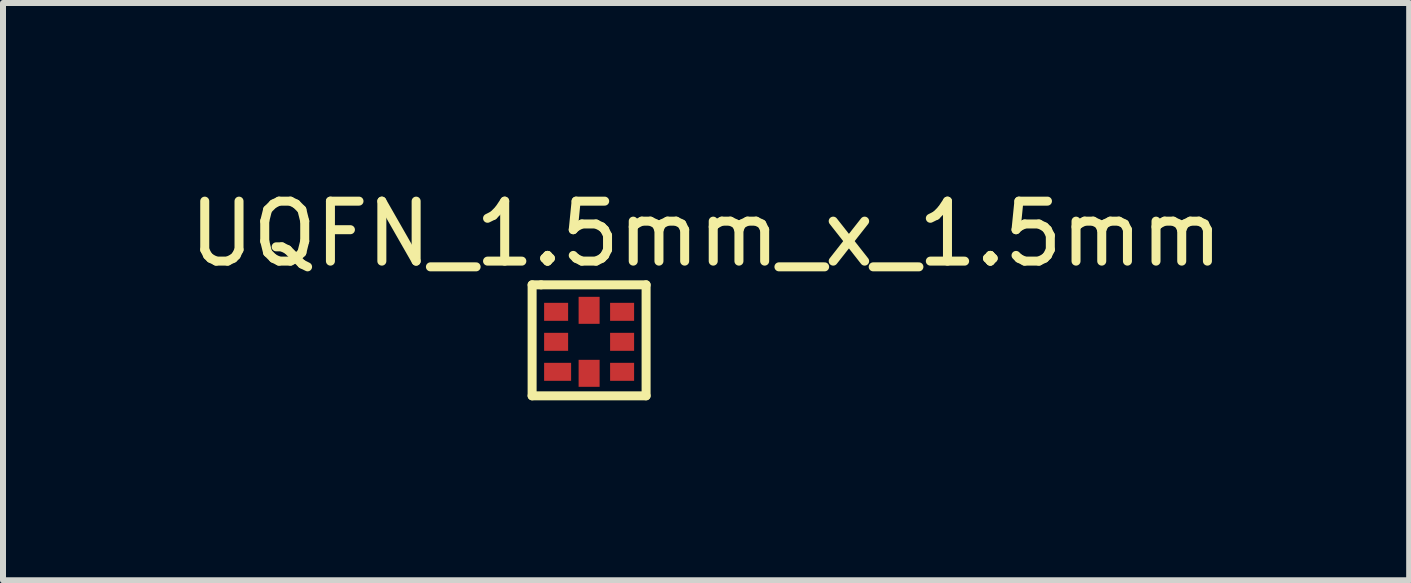
<source format=kicad_pcb>
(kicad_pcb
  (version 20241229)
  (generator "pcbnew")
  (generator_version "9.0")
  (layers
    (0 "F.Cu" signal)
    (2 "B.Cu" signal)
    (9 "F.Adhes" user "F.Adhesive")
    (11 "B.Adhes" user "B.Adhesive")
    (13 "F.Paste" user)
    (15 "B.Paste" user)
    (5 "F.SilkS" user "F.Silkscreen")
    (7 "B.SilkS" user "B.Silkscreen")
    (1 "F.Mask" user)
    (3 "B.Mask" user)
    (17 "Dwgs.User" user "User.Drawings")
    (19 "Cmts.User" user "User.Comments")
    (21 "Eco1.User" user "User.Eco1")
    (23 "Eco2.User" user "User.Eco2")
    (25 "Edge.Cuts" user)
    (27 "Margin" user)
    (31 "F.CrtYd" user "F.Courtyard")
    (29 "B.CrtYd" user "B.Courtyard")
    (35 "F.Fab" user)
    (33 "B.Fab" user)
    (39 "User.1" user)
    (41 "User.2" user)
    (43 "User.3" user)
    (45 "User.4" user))
  (footprint "UQFN_1.5mm_x_1.5mm"
    (layer "F.Cu")
    (at 6.77 2.648)
    (property "Reference" "UQFN_1.5mm_x_1.5mm" (at 1.95 -1.8 0) (layer "F.SilkS") (effects (font (size 1 1) (thickness 0.15))))
    (attr through_hole)
    (fp_line (start -0.95 -0.95) (end -0.8 -0.95) (stroke (width 0.15) (type solid)) (layer "F.SilkS"))
    (fp_line (start -0.95 0.9) (end -0.95 -0.95) (stroke (width 0.15) (type solid)) (layer "F.SilkS"))
    (fp_line (start -0.8 -0.95) (end 0.95 -0.95) (stroke (width 0.15) (type solid)) (layer "F.SilkS"))
    (fp_line (start 0.95 -0.95) (end 0.95 0.9) (stroke (width 0.15) (type solid)) (layer "F.SilkS"))
    (fp_line (start 0.95 0.9) (end -0.95 0.9) (stroke (width 0.15) (type solid)) (layer "F.SilkS"))
    (pad "1" smd rect (at -0.525 0.5 90) (size 0.3 0.45) (layers "F.Cu" "F.Mask" "F.Paste"))
    (pad "2" smd rect (at -0.55 0 90) (size 0.3 0.4) (layers "F.Cu" "F.Mask" "F.Paste"))
    (pad "3" smd rect (at -0.55 -0.5 90) (size 0.3 0.4) (layers "F.Cu" "F.Mask" "F.Paste"))
    (pad "4" smd rect (at 0 -0.525) (size 0.35 0.45) (layers "F.Cu" "F.Mask" "F.Paste"))
    (pad "5" smd rect (at 0.55 -0.5 90) (size 0.3 0.4) (layers "F.Cu" "F.Mask" "F.Paste"))
    (pad "6" smd rect (at 0.55 0 90) (size 0.3 0.4) (layers "F.Cu" "F.Mask" "F.Paste"))
    (pad "7" smd rect (at 0.55 0.5 90) (size 0.3 0.4) (layers "F.Cu" "F.Mask" "F.Paste"))
    (pad "8" smd rect (at 0 0.525) (size 0.35 0.45) (layers "F.Cu" "F.Mask" "F.Paste")))
  (gr_rect
    (start -3 -3)
    (end 20.44 6.623)
    (stroke (width 0.1) (type default))
    (fill no)
    (layer "Edge.Cuts")))
</source>
